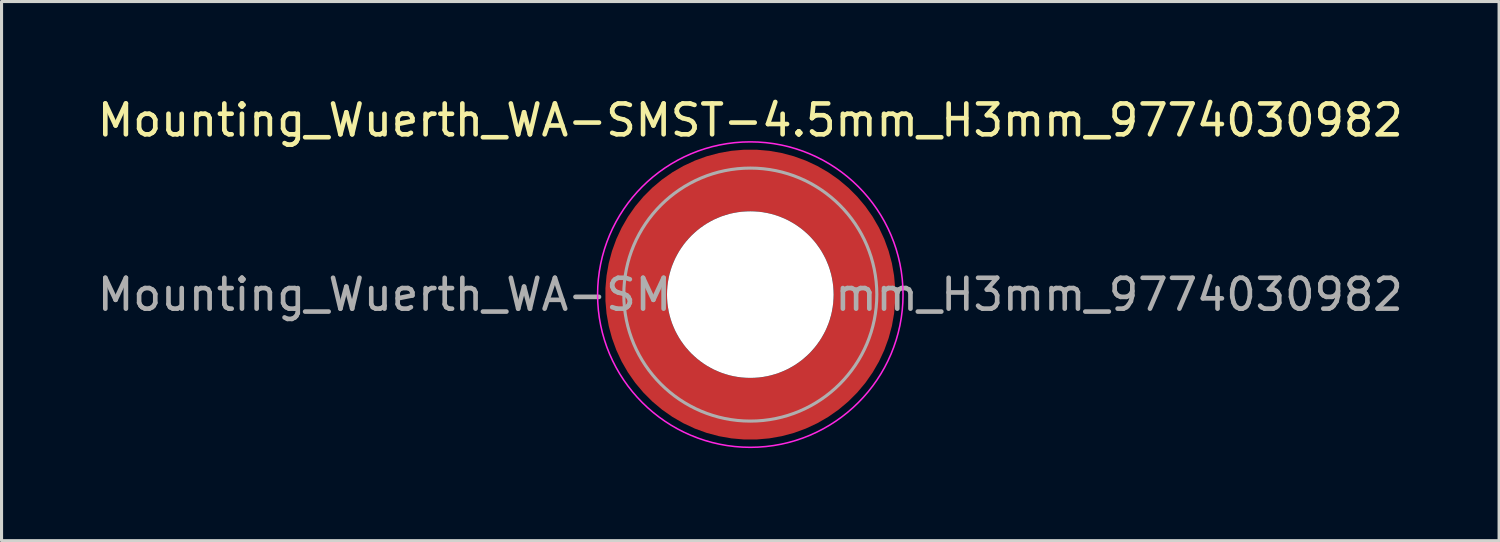
<source format=kicad_pcb>
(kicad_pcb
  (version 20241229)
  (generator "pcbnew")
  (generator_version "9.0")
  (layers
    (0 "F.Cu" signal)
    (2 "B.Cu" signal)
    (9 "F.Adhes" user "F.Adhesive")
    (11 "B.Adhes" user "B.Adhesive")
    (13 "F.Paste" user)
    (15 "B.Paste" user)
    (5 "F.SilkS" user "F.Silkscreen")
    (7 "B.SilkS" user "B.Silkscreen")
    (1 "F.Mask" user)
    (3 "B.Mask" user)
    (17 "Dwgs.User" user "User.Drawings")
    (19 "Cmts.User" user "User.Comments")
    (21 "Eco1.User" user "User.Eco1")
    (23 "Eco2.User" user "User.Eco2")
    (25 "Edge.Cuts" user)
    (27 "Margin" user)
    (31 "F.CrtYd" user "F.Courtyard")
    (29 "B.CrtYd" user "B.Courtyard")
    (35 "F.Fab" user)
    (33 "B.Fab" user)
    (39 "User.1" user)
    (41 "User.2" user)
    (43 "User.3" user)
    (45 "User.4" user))
  (footprint "Mounting_Wuerth_WA-SMST-4.5mm_H3mm_9774030982"
    (layer "F.Cu")
    (at 21.268 6.498)
    (property "Reference" "Mounting_Wuerth_WA-SMST-4.5mm_H3mm_9774030982" (at 0 -5.65 0) (layer "F.SilkS") (effects (font (size 1 1) (thickness 0.15))))
    (property "Mouser Part no." "" (at 0 0 0) (layer "F.Fab") (effects (font (size 1.27 1.27) (thickness 0.15))))
    (property "Mouser link" "" (at 0 0 0) (layer "F.Fab") (effects (font (size 1.27 1.27) (thickness 0.15))))
    (attr smd)
    (fp_circle (center 0 0) (end 4.95 0) (stroke (width 0.05) (type solid)) (fill no) (layer "F.CrtYd"))
    (fp_circle (center 0 0) (end 4.1 0) (stroke (width 0.1) (type solid)) (fill no) (layer "F.Fab"))
    (fp_text user "${REFERENCE}" (at 0 0 0) (layer "F.Fab") (effects (font (size 1 1) (thickness 0.15))))
    (pad "" smd custom (at -2.607 -2.607) (size 1.495 1.495) (layers "F.Paste") (options (anchor circle)) (primitives (gr_arc (start -0.188183 2.107456) (mid 0.598928 0.599619) (end 2.106494 -0.188011) (width 0.2)) (gr_arc (start -0.289416 2.107456) (mid 0.528508 0.529033) (end 2.106724 -0.28929) (width 0.2)) (gr_arc (start -0.390547 2.107456) (mid 0.457087 0.459449) (end 2.104161 -0.389996) (width 0.2)) (gr_arc (start -0.491585 2.107456) (mid 0.386415 0.389116) (end 2.103685 -0.490974) (width 0.2)) (gr_arc (start -0.59254 2.107456) (mid 0.31649 0.318035) (end 2.105297 -0.592202) (width 0.2)) (gr_arc (start -0.693419 2.107456) (mid 0.245252 0.248268) (end 2.103239 -0.692777) (width 0.2)) (gr_arc (start -0.794229 2.107456) (mid 0.174636 0.177878) (end 2.102921 -0.793559) (width 0.2)) (gr_arc (start -0.894975 2.107456) (mid 0.104643 0.106866) (end 2.104343 -0.894529) (width 0.2)) (gr_arc (start -0.995664 2.107456) (mid 0.033026 0.037479) (end 2.101219 -0.994793) (width 0.2)) (gr_arc (start -1.0963 2.107456) (mid -0.035789 -0.034714) (end 2.105949 -1.096096) (width 0.2)) (gr_arc (start -1.196886 2.107456) (mid -0.106351 -0.105157) (end 2.105783 -1.196666) (width 0.2)) (gr_arc (start -1.297427 2.107456) (mid -0.176416 -0.176097) (end 2.107009 -1.29737) (width 0.2)) (gr_arc (start -1.397927 2.107456) (mid -0.248476 -0.245042) (end 2.102638 -1.397323) (width 0.2)) (gr_arc (start -1.498388 2.107456) (mid -0.317612 -0.316913) (end 2.106475 -1.498268) (width 0.2)) (gr_arc (start -1.598813 2.107456) (mid -0.388865 -0.386665) (end 2.104366 -1.598444) (width 0.2)) (gr_arc (start -1.699204 2.107456) (mid -0.459747 -0.456787) (end 2.103299 -1.698719) (width 0.2)) (gr_arc (start -1.799565 2.107456) (mid -0.530257 -0.527283) (end 2.103277 -1.799089) (width 0.2)) (gr_arc (start -1.899896 2.107456) (mid -0.600396 -0.59815) (end 2.104299 -1.899545) (width 0.2)) (gr_arc (start -1.899896 2.107456) (mid -0.600396 -0.59815) (end 2.104299 -1.899545) (width 0.2)) (gr_line (start 2.107 -0.188) (end 2.107 -1.9) (width 0.2)) (gr_line (start -0.188 2.107) (end -1.9 2.107) (width 0.2))))
    (pad "" smd custom (at -2.607 2.607) (size 1.495 1.495) (layers "F.Paste") (options (anchor circle)) (primitives (gr_arc (start 2.107456 0.188183) (mid 0.599619 -0.598928) (end -0.188011 -2.106494) (width 0.2)) (gr_arc (start 2.107456 0.289416) (mid 0.529033 -0.528508) (end -0.28929 -2.106724) (width 0.2)) (gr_arc (start 2.107456 0.390547) (mid 0.459449 -0.457087) (end -0.389996 -2.104161) (width 0.2)) (gr_arc (start 2.107456 0.491585) (mid 0.389116 -0.386415) (end -0.490974 -2.103685) (width 0.2)) (gr_arc (start 2.107456 0.59254) (mid 0.318035 -0.31649) (end -0.592202 -2.105297) (width 0.2)) (gr_arc (start 2.107456 0.693419) (mid 0.248268 -0.245252) (end -0.692777 -2.103239) (width 0.2)) (gr_arc (start 2.107456 0.794229) (mid 0.177878 -0.174636) (end -0.793559 -2.102921) (width 0.2)) (gr_arc (start 2.107456 0.894975) (mid 0.106866 -0.104643) (end -0.894529 -2.104343) (width 0.2)) (gr_arc (start 2.107456 0.995664) (mid 0.037479 -0.033026) (end -0.994793 -2.101219) (width 0.2)) (gr_arc (start 2.107456 1.0963) (mid -0.034714 0.035789) (end -1.096096 -2.105949) (width 0.2)) (gr_arc (start 2.107456 1.196886) (mid -0.105157 0.106351) (end -1.196666 -2.105783) (width 0.2)) (gr_arc (start 2.107456 1.297427) (mid -0.176097 0.176416) (end -1.29737 -2.107009) (width 0.2)) (gr_arc (start 2.107456 1.397927) (mid -0.245042 0.248476) (end -1.397323 -2.102638) (width 0.2)) (gr_arc (start 2.107456 1.498388) (mid -0.316913 0.317612) (end -1.498268 -2.106475) (width 0.2)) (gr_arc (start 2.107456 1.598813) (mid -0.386665 0.388865) (end -1.598444 -2.104366) (width 0.2)) (gr_arc (start 2.107456 1.699204) (mid -0.456787 0.459747) (end -1.698719 -2.103299) (width 0.2)) (gr_arc (start 2.107456 1.799565) (mid -0.527283 0.530257) (end -1.799089 -2.103277) (width 0.2)) (gr_arc (start 2.107456 1.899896) (mid -0.59815 0.600396) (end -1.899545 -2.104299) (width 0.2)) (gr_arc (start 2.107456 1.899896) (mid -0.59815 0.600396) (end -1.899545 -2.104299) (width 0.2)) (gr_line (start -0.188 -2.107) (end -1.9 -2.107) (width 0.2)) (gr_line (start 2.107 0.188) (end 2.107 1.9) (width 0.2))))
    (pad "" np_thru_hole circle (at 0 0) (size 5.4 5.4) (drill 5.4) (layers "*.Cu" "*.Mask"))
    (pad "" smd custom (at 2.607 -2.607) (size 1.495 1.495) (layers "F.Paste") (options (anchor circle)) (primitives (gr_arc (start -2.107456 -0.188183) (mid -0.599619 0.598928) (end 0.188011 2.106494) (width 0.2)) (gr_arc (start -2.107456 -0.289416) (mid -0.529033 0.528508) (end 0.28929 2.106724) (width 0.2)) (gr_arc (start -2.107456 -0.390547) (mid -0.459449 0.457087) (end 0.389996 2.104161) (width 0.2)) (gr_arc (start -2.107456 -0.491585) (mid -0.389116 0.386415) (end 0.490974 2.103685) (width 0.2)) (gr_arc (start -2.107456 -0.59254) (mid -0.318035 0.31649) (end 0.592202 2.105297) (width 0.2)) (gr_arc (start -2.107456 -0.693419) (mid -0.248268 0.245252) (end 0.692777 2.103239) (width 0.2)) (gr_arc (start -2.107456 -0.794229) (mid -0.177878 0.174636) (end 0.793559 2.102921) (width 0.2)) (gr_arc (start -2.107456 -0.894975) (mid -0.106866 0.104643) (end 0.894529 2.104343) (width 0.2)) (gr_arc (start -2.107456 -0.995664) (mid -0.037479 0.033026) (end 0.994793 2.101219) (width 0.2)) (gr_arc (start -2.107456 -1.0963) (mid 0.034714 -0.035789) (end 1.096096 2.105949) (width 0.2)) (gr_arc (start -2.107456 -1.196886) (mid 0.105157 -0.106351) (end 1.196666 2.105783) (width 0.2)) (gr_arc (start -2.107456 -1.297427) (mid 0.176097 -0.176416) (end 1.29737 2.107009) (width 0.2)) (gr_arc (start -2.107456 -1.397927) (mid 0.245042 -0.248476) (end 1.397323 2.102638) (width 0.2)) (gr_arc (start -2.107456 -1.498388) (mid 0.316913 -0.317612) (end 1.498268 2.106475) (width 0.2)) (gr_arc (start -2.107456 -1.598813) (mid 0.386665 -0.388865) (end 1.598444 2.104366) (width 0.2)) (gr_arc (start -2.107456 -1.699204) (mid 0.456787 -0.459747) (end 1.698719 2.103299) (width 0.2)) (gr_arc (start -2.107456 -1.799565) (mid 0.527283 -0.530257) (end 1.799089 2.103277) (width 0.2)) (gr_arc (start -2.107456 -1.899896) (mid 0.59815 -0.600396) (end 1.899545 2.104299) (width 0.2)) (gr_arc (start -2.107456 -1.899896) (mid 0.59815 -0.600396) (end 1.899545 2.104299) (width 0.2)) (gr_line (start 0.188 2.107) (end 1.9 2.107) (width 0.2)) (gr_line (start -2.107 -0.188) (end -2.107 -1.9) (width 0.2))))
    (pad "" smd custom (at 2.607 2.607) (size 1.495 1.495) (layers "F.Paste") (options (anchor circle)) (primitives (gr_arc (start 0.188183 -2.107456) (mid -0.598928 -0.599619) (end -2.106494 0.188011) (width 0.2)) (gr_arc (start 0.289416 -2.107456) (mid -0.528508 -0.529033) (end -2.106724 0.28929) (width 0.2)) (gr_arc (start 0.390547 -2.107456) (mid -0.457087 -0.459449) (end -2.104161 0.389996) (width 0.2)) (gr_arc (start 0.491585 -2.107456) (mid -0.386415 -0.389116) (end -2.103685 0.490974) (width 0.2)) (gr_arc (start 0.59254 -2.107456) (mid -0.31649 -0.318035) (end -2.105297 0.592202) (width 0.2)) (gr_arc (start 0.693419 -2.107456) (mid -0.245252 -0.248268) (end -2.103239 0.692777) (width 0.2)) (gr_arc (start 0.794229 -2.107456) (mid -0.174636 -0.177878) (end -2.102921 0.793559) (width 0.2)) (gr_arc (start 0.894975 -2.107456) (mid -0.104643 -0.106866) (end -2.104343 0.894529) (width 0.2)) (gr_arc (start 0.995664 -2.107456) (mid -0.033026 -0.037479) (end -2.101219 0.994793) (width 0.2)) (gr_arc (start 1.0963 -2.107456) (mid 0.035789 0.034714) (end -2.105949 1.096096) (width 0.2)) (gr_arc (start 1.196886 -2.107456) (mid 0.106351 0.105157) (end -2.105783 1.196666) (width 0.2)) (gr_arc (start 1.297427 -2.107456) (mid 0.176416 0.176097) (end -2.107009 1.29737) (width 0.2)) (gr_arc (start 1.397927 -2.107456) (mid 0.248476 0.245042) (end -2.102638 1.397323) (width 0.2)) (gr_arc (start 1.498388 -2.107456) (mid 0.317612 0.316913) (end -2.106475 1.498268) (width 0.2)) (gr_arc (start 1.598813 -2.107456) (mid 0.388865 0.386665) (end -2.104366 1.598444) (width 0.2)) (gr_arc (start 1.699204 -2.107456) (mid 0.459747 0.456787) (end -2.103299 1.698719) (width 0.2)) (gr_arc (start 1.799565 -2.107456) (mid 0.530257 0.527283) (end -2.103277 1.799089) (width 0.2)) (gr_arc (start 1.899896 -2.107456) (mid 0.600396 0.59815) (end -2.104299 1.899545) (width 0.2)) (gr_arc (start 1.899896 -2.107456) (mid 0.600396 0.59815) (end -2.104299 1.899545) (width 0.2)) (gr_line (start -2.107 0.188) (end -2.107 1.9) (width 0.2)) (gr_line (start 0.188 -2.107) (end 1.9 -2.107) (width 0.2))))
    (pad "1" smd circle (at -3.7 0) (size 1.6 1.6) (layers "F.Cu"))
    (pad "1" smd circle (at 0 -3.7) (size 1.6 1.6) (layers "F.Cu"))
    (pad "1" smd circle (at 0 3.7) (size 1.6 1.6) (layers "F.Cu"))
    (pad "1" smd custom (at 3.7 0) (size 1.6 1.6) (layers "F.Cu" "F.Mask") (options (anchor circle)) (primitives (gr_circle (center -3.7 0) (end 0 0) (width 2) (fill no)))))
  (gr_rect
    (start -3 -3)
    (end 45.536 14.473)
    (stroke (width 0.1) (type default))
    (fill no)
    (layer "Edge.Cuts")))
</source>
